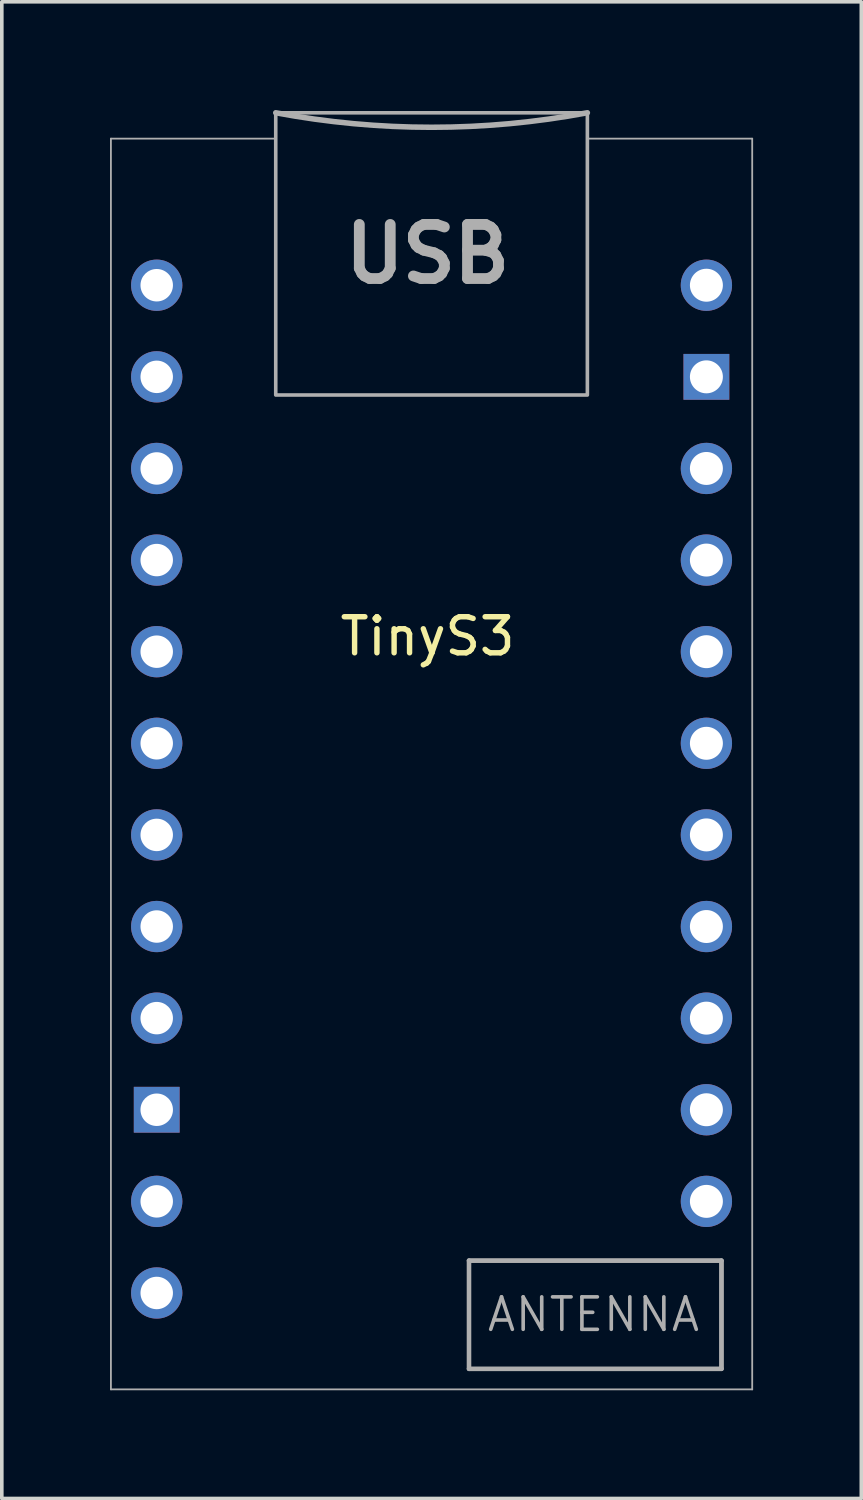
<source format=kicad_pcb>
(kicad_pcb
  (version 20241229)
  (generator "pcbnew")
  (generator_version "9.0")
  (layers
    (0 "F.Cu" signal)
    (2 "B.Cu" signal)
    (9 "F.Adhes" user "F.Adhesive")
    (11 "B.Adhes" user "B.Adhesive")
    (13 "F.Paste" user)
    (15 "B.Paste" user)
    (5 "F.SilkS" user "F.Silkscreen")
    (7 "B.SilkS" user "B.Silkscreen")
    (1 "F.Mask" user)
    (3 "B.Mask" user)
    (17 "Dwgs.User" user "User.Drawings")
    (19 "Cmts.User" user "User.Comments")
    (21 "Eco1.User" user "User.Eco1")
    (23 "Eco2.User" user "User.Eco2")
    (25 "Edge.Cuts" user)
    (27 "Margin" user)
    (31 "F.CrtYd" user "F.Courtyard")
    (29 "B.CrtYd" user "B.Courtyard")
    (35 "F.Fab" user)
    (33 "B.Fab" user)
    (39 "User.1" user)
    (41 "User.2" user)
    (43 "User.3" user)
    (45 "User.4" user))
  (footprint "TinyS3"
    (layer "F.Cu")
    (at 8.805 18.794)
    (property "Reference" "TinyS3" (at 0 -4.2 0) (unlocked yes) (layer "F.SilkS") (effects (font (size 1 1) (thickness 0.15))))
    (attr through_hole)
    (fp_line (start -8.78 16.677) (end -8.78 -18) (stroke (width 0.05) (type solid)) (layer "F.Fab"))
    (fp_line (start -4.21 -10.882) (end -4.21 -10.892) (stroke (width 0.01) (type solid)) (layer "F.Fab"))
    (fp_line (start -4.2 -18) (end -8.78 -18) (stroke (width 0.05) (type solid)) (layer "F.Fab"))
    (fp_line (start 1.148 13.107) (end 8.148 13.107) (stroke (width 0.127) (type solid)) (layer "F.Fab"))
    (fp_line (start 1.148 16.107) (end 1.148 13.107) (stroke (width 0.127) (type solid)) (layer "F.Fab"))
    (fp_line (start 4.43 -15.312) (end 4.43 -16.912) (stroke (width 0.01) (type solid)) (layer "F.Fab"))
    (fp_line (start 4.43 -10.882) (end 4.43 -10.892) (stroke (width 0.01) (type solid)) (layer "F.Fab"))
    (fp_line (start 8.148 13.107) (end 8.148 16.107) (stroke (width 0.127) (type solid)) (layer "F.Fab"))
    (fp_line (start 8.148 16.107) (end 1.148 16.107) (stroke (width 0.127) (type solid)) (layer "F.Fab"))
    (fp_line (start 9 -18) (end 4.42 -18) (stroke (width 0.05) (type solid)) (layer "F.Fab"))
    (fp_line (start 9 -18) (end 9 16.677) (stroke (width 0.05) (type solid)) (layer "F.Fab"))
    (fp_line (start 9 16.677) (end -8.78 16.677) (stroke (width 0.05) (type solid)) (layer "F.Fab"))
    (fp_rect (start 4.43 -18.717) (end -4.21 -10.892) (stroke (width 0.1) (type solid)) (fill no) (layer "F.Fab"))
    (fp_rect (start 8.148 13.107) (end 1.148 16.107) (stroke (width 0.1) (type solid)) (fill no) (layer "F.Fab"))
    (fp_rect (start 8.148 13.107) (end 1.148 16.107) (stroke (width 0.1) (type solid)) (fill no) (layer "F.Fab"))
    (fp_arc (start 4.43 -18.717425) (mid 0.11 -18.3151) (end -4.21 -18.717425) (stroke (width 0.1524) (type solid)) (layer "F.Fab"))
    (fp_text user "USB" (at 0 -14.8 0) (unlocked yes) (layer "F.Fab") (effects (font (size 1.5 1.5) (thickness 0.3))))
    (fp_text user "ANTENNA" (at 4.6 14.6 0) (unlocked yes) (layer "F.Fab") (effects (font (size 0.9 0.9) (thickness 0.1))))
    (pad "1" thru_hole circle (at 7.73 -13.936) (size 1.422 1.422) (drill 0.914) (layers "*.Cu" "*.Mask"))
    (pad "2" thru_hole rect (at 7.73 -11.396) (size 1.27 1.27) (drill 0.914) (layers "*.Cu" "*.Mask"))
    (pad "3" thru_hole circle (at 7.73 -8.856) (size 1.422 1.422) (drill 0.914) (layers "*.Cu" "*.Mask"))
    (pad "4" thru_hole circle (at 7.73 -6.316) (size 1.422 1.422) (drill 0.914) (layers "*.Cu" "*.Mask"))
    (pad "5" thru_hole circle (at 7.73 -3.776) (size 1.422 1.422) (drill 0.914) (layers "*.Cu" "*.Mask"))
    (pad "6" thru_hole circle (at 7.73 -1.236) (size 1.422 1.422) (drill 0.914) (layers "*.Cu" "*.Mask"))
    (pad "7" thru_hole circle (at 7.73 1.304) (size 1.422 1.422) (drill 0.914) (layers "*.Cu" "*.Mask"))
    (pad "8" thru_hole circle (at 7.73 3.844) (size 1.422 1.422) (drill 0.914) (layers "*.Cu" "*.Mask"))
    (pad "9" thru_hole circle (at 7.73 6.384) (size 1.422 1.422) (drill 0.914) (layers "*.Cu" "*.Mask"))
    (pad "10" thru_hole circle (at 7.73 8.924) (size 1.422 1.422) (drill 0.914) (layers "*.Cu" "*.Mask"))
    (pad "11" thru_hole circle (at 7.73 11.464) (size 1.422 1.422) (drill 0.914) (layers "*.Cu" "*.Mask"))
    (pad "12" thru_hole circle (at -7.51 14.004) (size 1.422 1.422) (drill 0.9) (layers "*.Cu" "*.Mask"))
    (pad "13" thru_hole circle (at -7.51 11.464) (size 1.422 1.422) (drill 0.9) (layers "*.Cu" "*.Mask"))
    (pad "14" thru_hole rect (at -7.51 8.924) (size 1.27 1.27) (drill 0.9) (layers "*.Cu" "*.Mask"))
    (pad "15" thru_hole circle (at -7.51 6.384) (size 1.422 1.422) (drill 0.9) (layers "*.Cu" "*.Mask"))
    (pad "16" thru_hole circle (at -7.51 3.844) (size 1.422 1.422) (drill 0.9) (layers "*.Cu" "*.Mask"))
    (pad "17" thru_hole circle (at -7.51 1.304) (size 1.422 1.422) (drill 0.9) (layers "*.Cu" "*.Mask"))
    (pad "18" thru_hole circle (at -7.51 -1.236) (size 1.422 1.422) (drill 0.9) (layers "*.Cu" "*.Mask"))
    (pad "19" thru_hole circle (at -7.51 -3.776) (size 1.422 1.422) (drill 0.9) (layers "*.Cu" "*.Mask"))
    (pad "20" thru_hole circle (at -7.51 -6.316) (size 1.422 1.422) (drill 0.9) (layers "*.Cu" "*.Mask"))
    (pad "21" thru_hole circle (at -7.51 -8.856) (size 1.422 1.422) (drill 0.9) (layers "*.Cu" "*.Mask"))
    (pad "22" thru_hole circle (at -7.51 -11.396) (size 1.422 1.422) (drill 0.9) (layers "*.Cu" "*.Mask"))
    (pad "23" thru_hole circle (at -7.51 -13.936) (size 1.422 1.422) (drill 0.9) (layers "*.Cu" "*.Mask")))
  (gr_rect
    (start -3 -3)
    (end 20.83 38.496)
    (stroke (width 0.1) (type default))
    (fill no)
    (layer "Edge.Cuts")))
</source>
